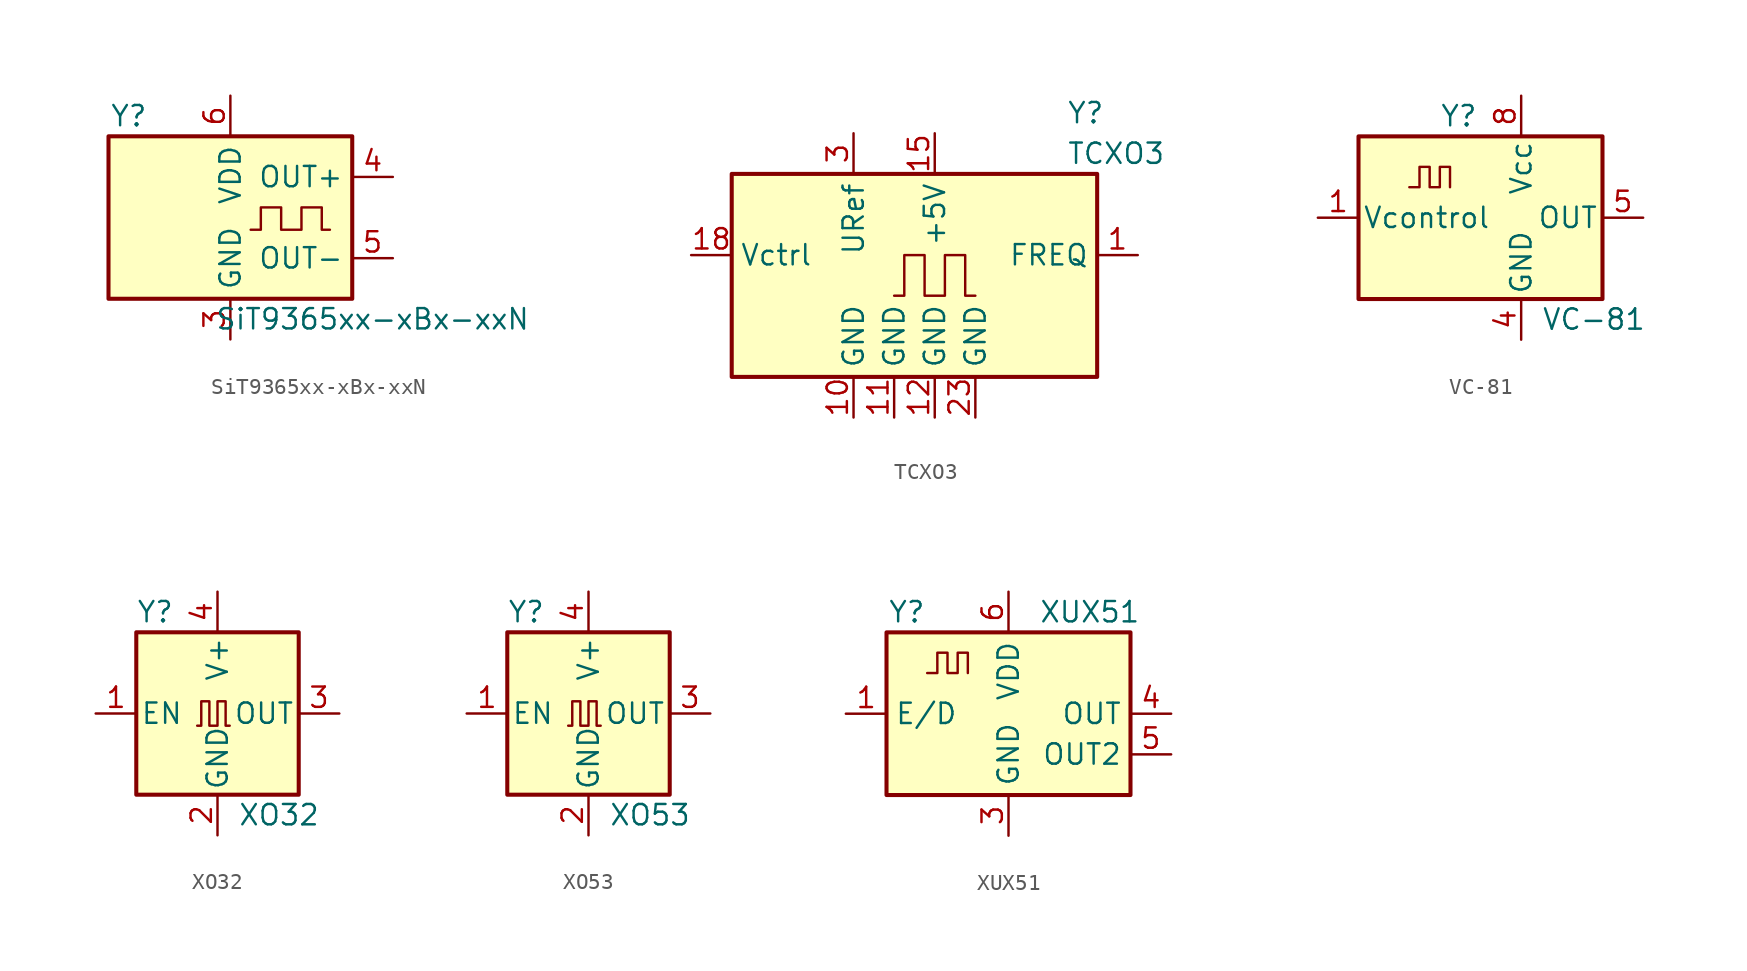
<source format=kicad_sym>
(kicad_symbol_lib
  (version 20241209)
  (generator "kicad_symbol_editor")
  (generator_version "9.0")
  (symbol "SiT9365xx-xBx-xxN"
    (property "Reference" "Y"
      (at -6.35 6.35 0)
      (effects (font (size 1.27 1.27))))
    (property "Value" "SiT9365xx-xBx-xxN"
      (at 8.89 -6.35 0)
      (effects (font (size 1.27 1.27))))
    (symbol "SiT9365xx-xBx-xxN_0_1"
      (rectangle (start -7.62 5.08) (end 7.62 -5.08) (stroke (width 0.254) (type default)) (fill (type background)))
      (polyline (pts (xy 1.27 -0.762) (xy 1.905 -0.762) (xy 1.905 0.635) (xy 3.175 0.635) (xy 3.175 -0.762) (xy 4.445 -0.762) (xy 4.445 0.635) (xy 5.715 0.635) (xy 5.715 -0.762) (xy 6.223 -0.762)) (stroke (width 0) (type default)) (fill (type none))))
    (symbol "SiT9365xx-xBx-xxN_1_1"
      (pin no_connect line (at -7.62 2.54 0) (length 2.54) (hide yes) (name "NC" (effects (font (size 1.27 1.27)))) (number "2" (effects (font (size 1.27 1.27)))))
      (pin no_connect line (at -7.62 0 0) (length 2.54) (hide yes) (name "NC" (effects (font (size 1.27 1.27)))) (number "1" (effects (font (size 1.27 1.27)))))
      (pin power_in line (at 0 7.62 270) (length 2.54) (name "VDD" (effects (font (size 1.27 1.27)))) (number "6" (effects (font (size 1.27 1.27)))))
      (pin power_in line (at 0 -7.62 90) (length 2.54) (name "GND" (effects (font (size 1.27 1.27)))) (number "3" (effects (font (size 1.27 1.27)))))
      (pin output line (at 10.16 2.54 180) (length 2.54) (name "OUT+" (effects (font (size 1.27 1.27)))) (number "4" (effects (font (size 1.27 1.27)))))
      (pin output line (at 10.16 -2.54 180) (length 2.54) (name "OUT-" (effects (font (size 1.27 1.27)))) (number "5" (effects (font (size 1.27 1.27)))))))
  (symbol "TCXO3"
    (property "Reference" "Y"
      (at 8.255 11.43 0)
      (effects (font (size 1.27 1.27)) (justify left)))
    (property "Value" "TCXO3"
      (at 8.255 8.89 0)
      (effects (font (size 1.27 1.27)) (justify left)))
    (symbol "TCXO3_0_1"
      (rectangle (start -12.7 -5.08) (end 10.16 7.62) (stroke (width 0.254) (type default)) (fill (type background)))
      (polyline (pts (xy -2.54 0) (xy -1.905 0) (xy -1.905 2.54) (xy -0.635 2.54) (xy -0.635 0) (xy 0.635 0) (xy 0.635 2.54) (xy 1.905 2.54) (xy 1.905 0) (xy 2.54 0)) (stroke (width 0) (type default)) (fill (type none))))
    (symbol "TCXO3_1_1"
      (pin input line (at -15.24 2.54 0) (length 2.54) (name "Vctrl" (effects (font (size 1.27 1.27)))) (number "18" (effects (font (size 1.27 1.27)))))
      (pin no_connect line (at -12.7 5.08 0) (length 2.54) (hide yes) (name "NC" (effects (font (size 1.27 1.27)))) (number "4" (effects (font (size 1.27 1.27)))))
      (pin no_connect line (at -12.7 0 0) (length 2.54) (hide yes) (name "NC" (effects (font (size 1.27 1.27)))) (number "6" (effects (font (size 1.27 1.27)))))
      (pin no_connect line (at -12.7 -2.54 0) (length 2.54) (hide yes) (name "NC" (effects (font (size 1.27 1.27)))) (number "7" (effects (font (size 1.27 1.27)))))
      (pin no_connect line (at -10.16 7.62 270) (length 2.54) (hide yes) (name "NC" (effects (font (size 1.27 1.27)))) (number "20" (effects (font (size 1.27 1.27)))))
      (pin no_connect line (at -7.62 7.62 270) (length 2.54) (hide yes) (name "NC" (effects (font (size 1.27 1.27)))) (number "19" (effects (font (size 1.27 1.27)))))
      (pin no_connect line (at -7.62 -5.08 90) (length 2.54) (hide yes) (name "NC" (effects (font (size 1.27 1.27)))) (number "8" (effects (font (size 1.27 1.27)))))
      (pin power_out line (at -5.08 10.16 270) (length 2.54) (name "URef" (effects (font (size 1.27 1.27)))) (number "3" (effects (font (size 1.27 1.27)))))
      (pin power_in line (at -5.08 -7.62 90) (length 2.54) (name "GND" (effects (font (size 1.27 1.27)))) (number "10" (effects (font (size 1.27 1.27)))))
      (pin no_connect line (at -2.54 7.62 270) (length 2.54) (hide yes) (name "NC" (effects (font (size 1.27 1.27)))) (number "17" (effects (font (size 1.27 1.27)))))
      (pin power_in line (at -2.54 -7.62 90) (length 2.54) (name "GND" (effects (font (size 1.27 1.27)))) (number "11" (effects (font (size 1.27 1.27)))))
      (pin power_in line (at 0 10.16 270) (length 2.54) (name "+5V" (effects (font (size 1.27 1.27)))) (number "15" (effects (font (size 1.27 1.27)))))
      (pin power_in line (at 0 -7.62 90) (length 2.54) (name "GND" (effects (font (size 1.27 1.27)))) (number "12" (effects (font (size 1.27 1.27)))))
      (pin no_connect line (at 2.54 7.62 270) (length 2.54) (hide yes) (name "NC" (effects (font (size 1.27 1.27)))) (number "5" (effects (font (size 1.27 1.27)))))
      (pin power_in line (at 2.54 -7.62 90) (length 2.54) (name "GND" (effects (font (size 1.27 1.27)))) (number "23" (effects (font (size 1.27 1.27)))))
      (pin no_connect line (at 5.08 7.62 270) (length 2.54) (hide yes) (name "NC" (effects (font (size 1.27 1.27)))) (number "16" (effects (font (size 1.27 1.27)))))
      (pin no_connect line (at 5.08 -5.08 90) (length 2.54) (hide yes) (name "NC" (effects (font (size 1.27 1.27)))) (number "9" (effects (font (size 1.27 1.27)))))
      (pin no_connect line (at 7.62 7.62 270) (length 2.54) (hide yes) (name "NC" (effects (font (size 1.27 1.27)))) (number "21" (effects (font (size 1.27 1.27)))))
      (pin no_connect line (at 7.62 -5.08 90) (length 2.54) (hide yes) (name "NC" (effects (font (size 1.27 1.27)))) (number "13" (effects (font (size 1.27 1.27)))))
      (pin no_connect line (at 10.16 5.08 180) (length 2.54) (hide yes) (name "NC" (effects (font (size 1.27 1.27)))) (number "2" (effects (font (size 1.27 1.27)))))
      (pin no_connect line (at 10.16 0 180) (length 2.54) (hide yes) (name "NC" (effects (font (size 1.27 1.27)))) (number "14" (effects (font (size 1.27 1.27)))))
      (pin no_connect line (at 10.16 -2.54 180) (length 2.54) (hide yes) (name "NC" (effects (font (size 1.27 1.27)))) (number "22" (effects (font (size 1.27 1.27)))))
      (pin output line (at 12.7 2.54 180) (length 2.54) (name "FREQ" (effects (font (size 1.27 1.27)))) (number "1" (effects (font (size 1.27 1.27)))))))
  (symbol "VC-81"
    (pin_names
      (offset 0.254))
    (property "Reference" "Y"
      (at -5.08 6.35 0)
      (effects (font (size 1.27 1.27)) (justify left)))
    (property "Value" "VC-81"
      (at 1.27 -6.35 0)
      (effects (font (size 1.27 1.27)) (justify left)))
    (symbol "VC-81_0_1"
      (rectangle (start -10.16 5.08) (end 5.08 -5.08) (stroke (width 0.254) (type default)) (fill (type background)))
      (polyline (pts (xy -6.985 1.905) (xy -6.35 1.905) (xy -6.35 3.175) (xy -5.715 3.175) (xy -5.715 1.905) (xy -5.08 1.905) (xy -5.08 3.175) (xy -4.445 3.175) (xy -4.445 1.905)) (stroke (width 0) (type default)) (fill (type none))))
    (symbol "VC-81_1_1"
      (pin input line (at -12.7 0 0) (length 2.54) (name "Vcontrol" (effects (font (size 1.27 1.27)))) (number "1" (effects (font (size 1.27 1.27)))))
      (pin power_in line (at 0 7.62 270) (length 2.54) (name "Vcc" (effects (font (size 1.27 1.27)))) (number "8" (effects (font (size 1.27 1.27)))))
      (pin power_in line (at 0 -7.62 90) (length 2.54) (name "GND" (effects (font (size 1.27 1.27)))) (number "4" (effects (font (size 1.27 1.27)))))
      (pin output line (at 7.62 0 180) (length 2.54) (name "OUT" (effects (font (size 1.27 1.27)))) (number "5" (effects (font (size 1.27 1.27)))))))
  (symbol "XO32"
    (pin_names
      (offset 0.254))
    (property "Reference" "Y"
      (at -5.08 6.35 0)
      (effects (font (size 1.27 1.27)) (justify left)))
    (property "Value" "XO32"
      (at 1.27 -6.35 0)
      (effects (font (size 1.27 1.27)) (justify left)))
    (symbol "XO32_0_1"
      (rectangle (start -5.08 5.08) (end 5.08 -5.08) (stroke (width 0.254) (type default)) (fill (type background)))
      (polyline (pts (xy -1.27 -0.762) (xy -1.016 -0.762) (xy -1.016 0.762) (xy -0.508 0.762) (xy -0.508 -0.762) (xy 0 -0.762) (xy 0 0.762) (xy 0.508 0.762) (xy 0.508 -0.762) (xy 0.762 -0.762)) (stroke (width 0) (type default)) (fill (type none))))
    (symbol "XO32_1_1"
      (pin input line (at -7.62 0 0) (length 2.54) (name "EN" (effects (font (size 1.27 1.27)))) (number "1" (effects (font (size 1.27 1.27)))))
      (pin power_in line (at 0 7.62 270) (length 2.54) (name "V+" (effects (font (size 1.27 1.27)))) (number "4" (effects (font (size 1.27 1.27)))))
      (pin power_in line (at 0 -7.62 90) (length 2.54) (name "GND" (effects (font (size 1.27 1.27)))) (number "2" (effects (font (size 1.27 1.27)))))
      (pin output line (at 7.62 0 180) (length 2.54) (name "OUT" (effects (font (size 1.27 1.27)))) (number "3" (effects (font (size 1.27 1.27)))))))
  (symbol "XO53"
    (pin_names
      (offset 0.254))
    (property "Reference" "Y"
      (at -5.08 6.35 0)
      (effects (font (size 1.27 1.27)) (justify left)))
    (property "Value" "XO53"
      (at 1.27 -6.35 0)
      (effects (font (size 1.27 1.27)) (justify left)))
    (symbol "XO53_0_1"
      (rectangle (start -5.08 5.08) (end 5.08 -5.08) (stroke (width 0.254) (type default)) (fill (type background)))
      (polyline (pts (xy 0.762 -0.762) (xy 0.508 -0.762) (xy 0.508 0.762) (xy 0 0.762) (xy 0 -0.762) (xy -0.508 -0.762) (xy -0.508 0.762) (xy -1.016 0.762) (xy -1.016 -0.762) (xy -1.27 -0.762)) (stroke (width 0) (type default)) (fill (type none))))
    (symbol "XO53_1_1"
      (pin input line (at -7.62 0 0) (length 2.54) (name "EN" (effects (font (size 1.27 1.27)))) (number "1" (effects (font (size 1.27 1.27)))))
      (pin power_in line (at 0 7.62 270) (length 2.54) (name "V+" (effects (font (size 1.27 1.27)))) (number "4" (effects (font (size 1.27 1.27)))))
      (pin power_in line (at 0 -7.62 90) (length 2.54) (name "GND" (effects (font (size 1.27 1.27)))) (number "2" (effects (font (size 1.27 1.27)))))
      (pin output line (at 7.62 0 180) (length 2.54) (name "OUT" (effects (font (size 1.27 1.27)))) (number "3" (effects (font (size 1.27 1.27)))))))
  (symbol "XUX51"
    (property "Reference" "Y"
      (at -6.35 6.35 0)
      (effects (font (size 1.27 1.27))))
    (property "Value" "XUX51"
      (at 5.08 6.35 0)
      (effects (font (size 1.27 1.27))))
    (symbol "XUX51_0_1"
      (rectangle (start -7.62 5.08) (end 7.62 -5.08) (stroke (width 0.254) (type default)) (fill (type background)))
      (polyline (pts (xy -5.08 2.54) (xy -4.445 2.54) (xy -4.445 3.81) (xy -3.81 3.81) (xy -3.81 2.54) (xy -3.175 2.54) (xy -3.175 3.81) (xy -2.54 3.81) (xy -2.54 2.54)) (stroke (width 0) (type default)) (fill (type none))))
    (symbol "XUX51_1_1"
      (pin input line (at -10.16 0 0) (length 2.54) (name "E/D" (effects (font (size 1.27 1.27)))) (number "1" (effects (font (size 1.27 1.27)))))
      (pin no_connect line (at -7.62 -2.54 0) (length 2.54) (hide yes) (name "NC" (effects (font (size 1.27 1.27)))) (number "2" (effects (font (size 1.27 1.27)))))
      (pin power_in line (at 0 7.62 270) (length 2.54) (name "VDD" (effects (font (size 1.27 1.27)))) (number "6" (effects (font (size 1.27 1.27)))))
      (pin power_in line (at 0 -7.62 90) (length 2.54) (name "GND" (effects (font (size 1.27 1.27)))) (number "3" (effects (font (size 1.27 1.27)))))
      (pin output line (at 10.16 0 180) (length 2.54) (name "OUT" (effects (font (size 1.27 1.27)))) (number "4" (effects (font (size 1.27 1.27)))))
      (pin output line (at 10.16 -2.54 180) (length 2.54) (name "OUT2" (effects (font (size 1.27 1.27)))) (number "5" (effects (font (size 1.27 1.27))))))))
</source>
